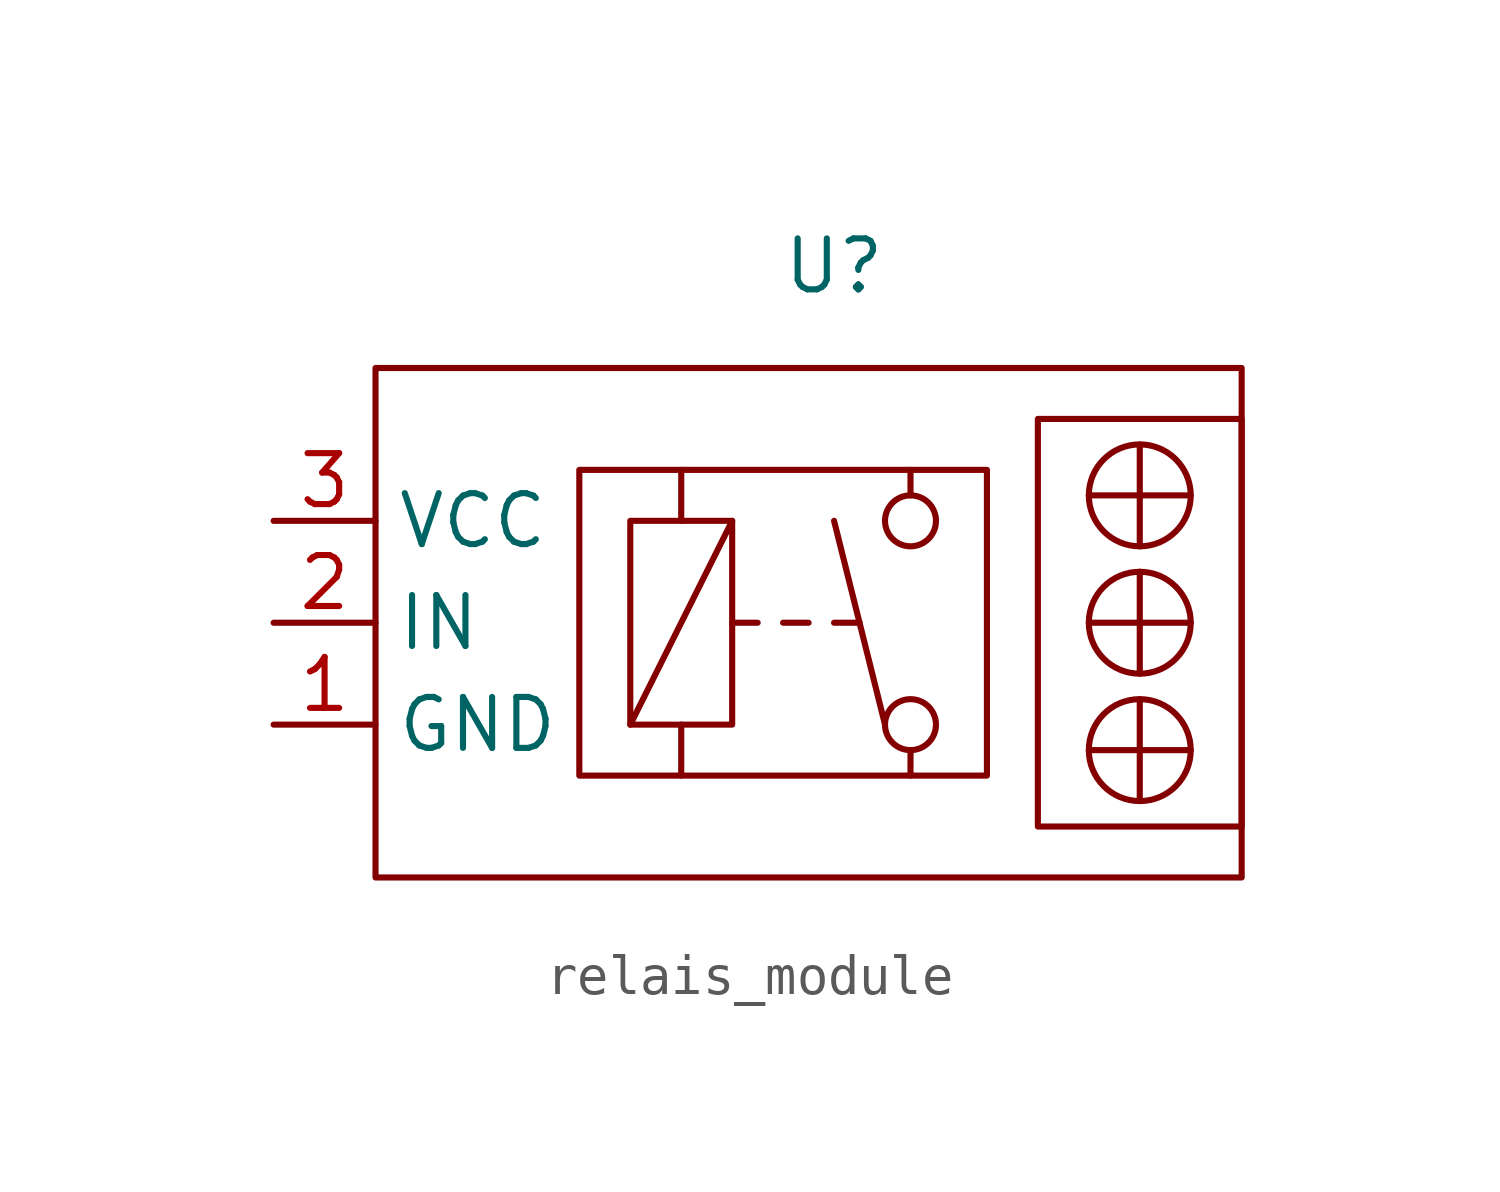
<source format=kicad_sym>
(kicad_symbol_lib
  (version 20211014)
  (generator kicad_symbol_editor)
  (symbol "relais_module"
    (property "Reference" "U"
      (at 0 8.89 0)
      (effects (font (size 1.27 1.27))))
    (symbol "relais_module_0_1"
      (rectangle (start -11.43 6.35) (end 10.16 -6.35) (stroke (width 0) (type default) (color 0 0 0 0)) (fill (type none)))
      (rectangle (start -6.35 3.81) (end 3.81 -3.81) (stroke (width 0) (type default) (color 0 0 0 0)) (fill (type none)))
      (rectangle (start -5.08 2.54) (end -2.54 -2.54) (stroke (width 0) (type default) (color 0 0 0 0)) (fill (type none)))
      (polyline (pts (xy -3.81 -2.54) (xy -3.81 -3.81)) (stroke (width 0) (type default) (color 0 0 0 0)) (fill (type none)))
      (polyline (pts (xy -3.81 2.54) (xy -3.81 3.81)) (stroke (width 0) (type default) (color 0 0 0 0)) (fill (type none)))
      (polyline (pts (xy -2.54 0) (xy -1.905 0)) (stroke (width 0) (type default) (color 0 0 0 0)) (fill (type none)))
      (polyline (pts (xy -2.54 2.54) (xy -5.08 -2.54)) (stroke (width 0) (type default) (color 0 0 0 0)) (fill (type none)))
      (polyline (pts (xy -1.27 0) (xy -0.635 0)) (stroke (width 0) (type default) (color 0 0 0 0)) (fill (type none)))
      (polyline (pts (xy 0 0) (xy 0.635 0)) (stroke (width 0) (type default) (color 0 0 0 0)) (fill (type none)))
      (polyline (pts (xy 0 2.54) (xy 1.27 -2.54)) (stroke (width 0) (type default) (color 0 0 0 0)) (fill (type none)))
      (polyline (pts (xy 1.905 -3.175) (xy 1.905 -3.81)) (stroke (width 0) (type default) (color 0 0 0 0)) (fill (type none)))
      (polyline (pts (xy 1.905 3.81) (xy 1.905 3.175)) (stroke (width 0) (type default) (color 0 0 0 0)) (fill (type none)))
      (polyline (pts (xy 6.35 -3.175) (xy 8.89 -3.175)) (stroke (width 0) (type default) (color 0 0 0 0)) (fill (type none)))
      (polyline (pts (xy 6.35 0) (xy 8.89 0)) (stroke (width 0) (type default) (color 0 0 0 0)) (fill (type none)))
      (polyline (pts (xy 6.35 3.175) (xy 8.89 3.175)) (stroke (width 0) (type default) (color 0 0 0 0)) (fill (type none)))
      (polyline (pts (xy 7.62 -1.905) (xy 7.62 -4.445)) (stroke (width 0) (type default) (color 0 0 0 0)) (fill (type none)))
      (polyline (pts (xy 7.62 1.27) (xy 7.62 -1.27)) (stroke (width 0) (type default) (color 0 0 0 0)) (fill (type none)))
      (polyline (pts (xy 7.62 4.445) (xy 7.62 1.905)) (stroke (width 0) (type default) (color 0 0 0 0)) (fill (type none)))
      (circle (center 1.905 -2.54) (radius 0.635) (stroke (width 0) (type default) (color 0 0 0 0)) (fill (type none)))
      (circle (center 1.905 2.54) (radius 0.635) (stroke (width 0) (type default) (color 0 0 0 0)) (fill (type none)))
      (circle (center 7.62 -3.175) (radius 1.27) (stroke (width 0) (type default) (color 0 0 0 0)) (fill (type none)))
      (circle (center 7.62 0) (radius 1.27) (stroke (width 0) (type default) (color 0 0 0 0)) (fill (type none)))
      (circle (center 7.62 3.175) (radius 1.27) (stroke (width 0) (type default) (color 0 0 0 0)) (fill (type none)))
      (rectangle (start 10.16 5.08) (end 5.08 -5.08) (stroke (width 0) (type default) (color 0 0 0 0)) (fill (type none))))
    (symbol "relais_module_1_1"
      (pin power_in line (at -13.97 -2.54 0) (length 2.54) (name "GND" (effects (font (size 1.27 1.27)))) (number "1" (effects (font (size 1.27 1.27)))))
      (pin input line (at -13.97 0 0) (length 2.54) (name "IN" (effects (font (size 1.27 1.27)))) (number "2" (effects (font (size 1.27 1.27)))))
      (pin power_in line (at -13.97 2.54 0) (length 2.54) (name "VCC" (effects (font (size 1.27 1.27)))) (number "3" (effects (font (size 1.27 1.27))))))))
</source>
